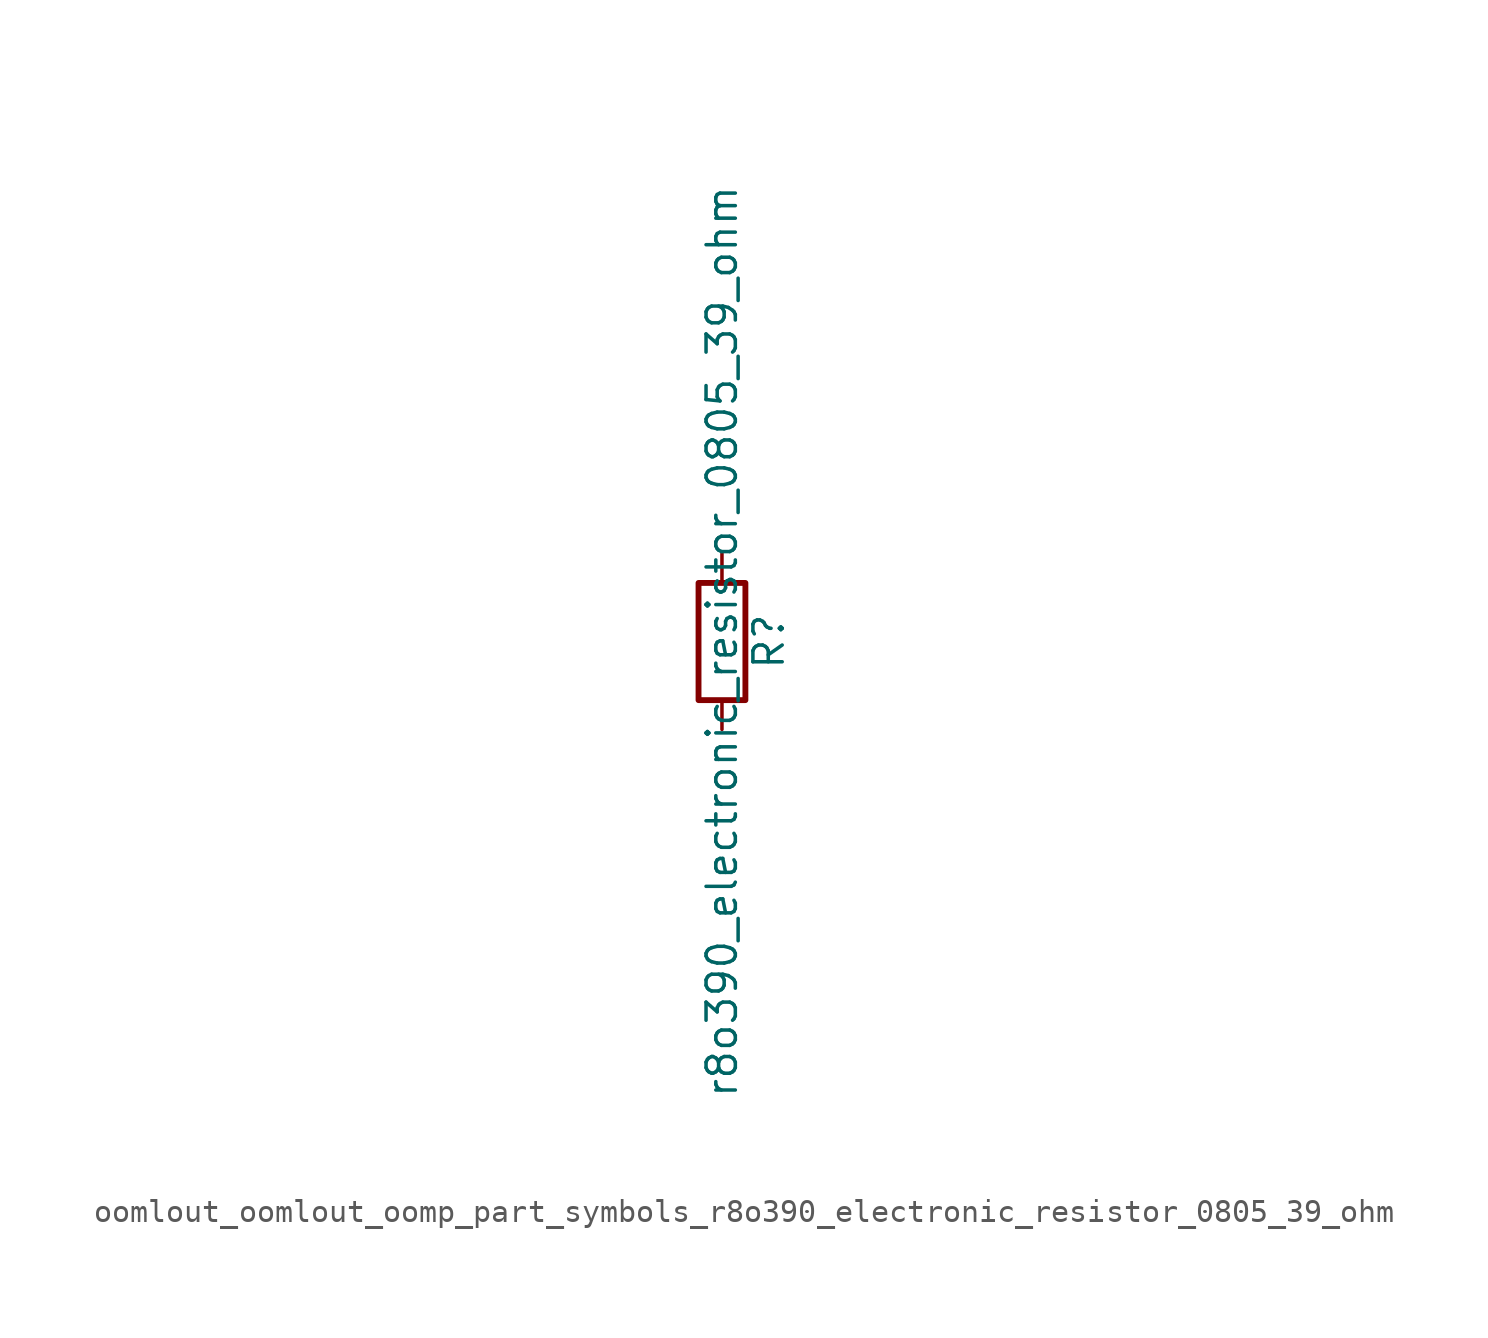
<source format=kicad_sym>
(kicad_symbol_lib
  (version 20220914)
  (generator kicad_symbol_editor)
  (symbol "oomlout_oomlout_oomp_part_symbols_r8o390_electronic_resistor_0805_39_ohm"
    (pin_numbers hide)
    (pin_names
      (offset 0))
    (property "Reference" "R"
      (at 2.032 0 90)
      (effects (font (size 1.27 1.27))))
    (property "Value" "r8o390_electronic_resistor_0805_39_ohm"
      (at 0 0 90)
      (effects (font (size 1.27 1.27))))
    (symbol "oomlout_oomlout_oomp_part_symbols_r8o390_electronic_resistor_0805_39_ohm_0_1"
      (rectangle (start -1.016 -2.54) (end 1.016 2.54) (stroke (width 0.254) (type default)) (fill (type none))))
    (symbol "oomlout_oomlout_oomp_part_symbols_r8o390_electronic_resistor_0805_39_ohm_1_1"
      (pin passive line (at 0 3.81 270) (length 1.27) (name "~" (effects (font (size 1.27 1.27)))) (number "1" (effects (font (size 1.27 1.27)))))
      (pin passive line (at 0 -3.81 90) (length 1.27) (name "~" (effects (font (size 1.27 1.27)))) (number "2" (effects (font (size 1.27 1.27))))))))
</source>
